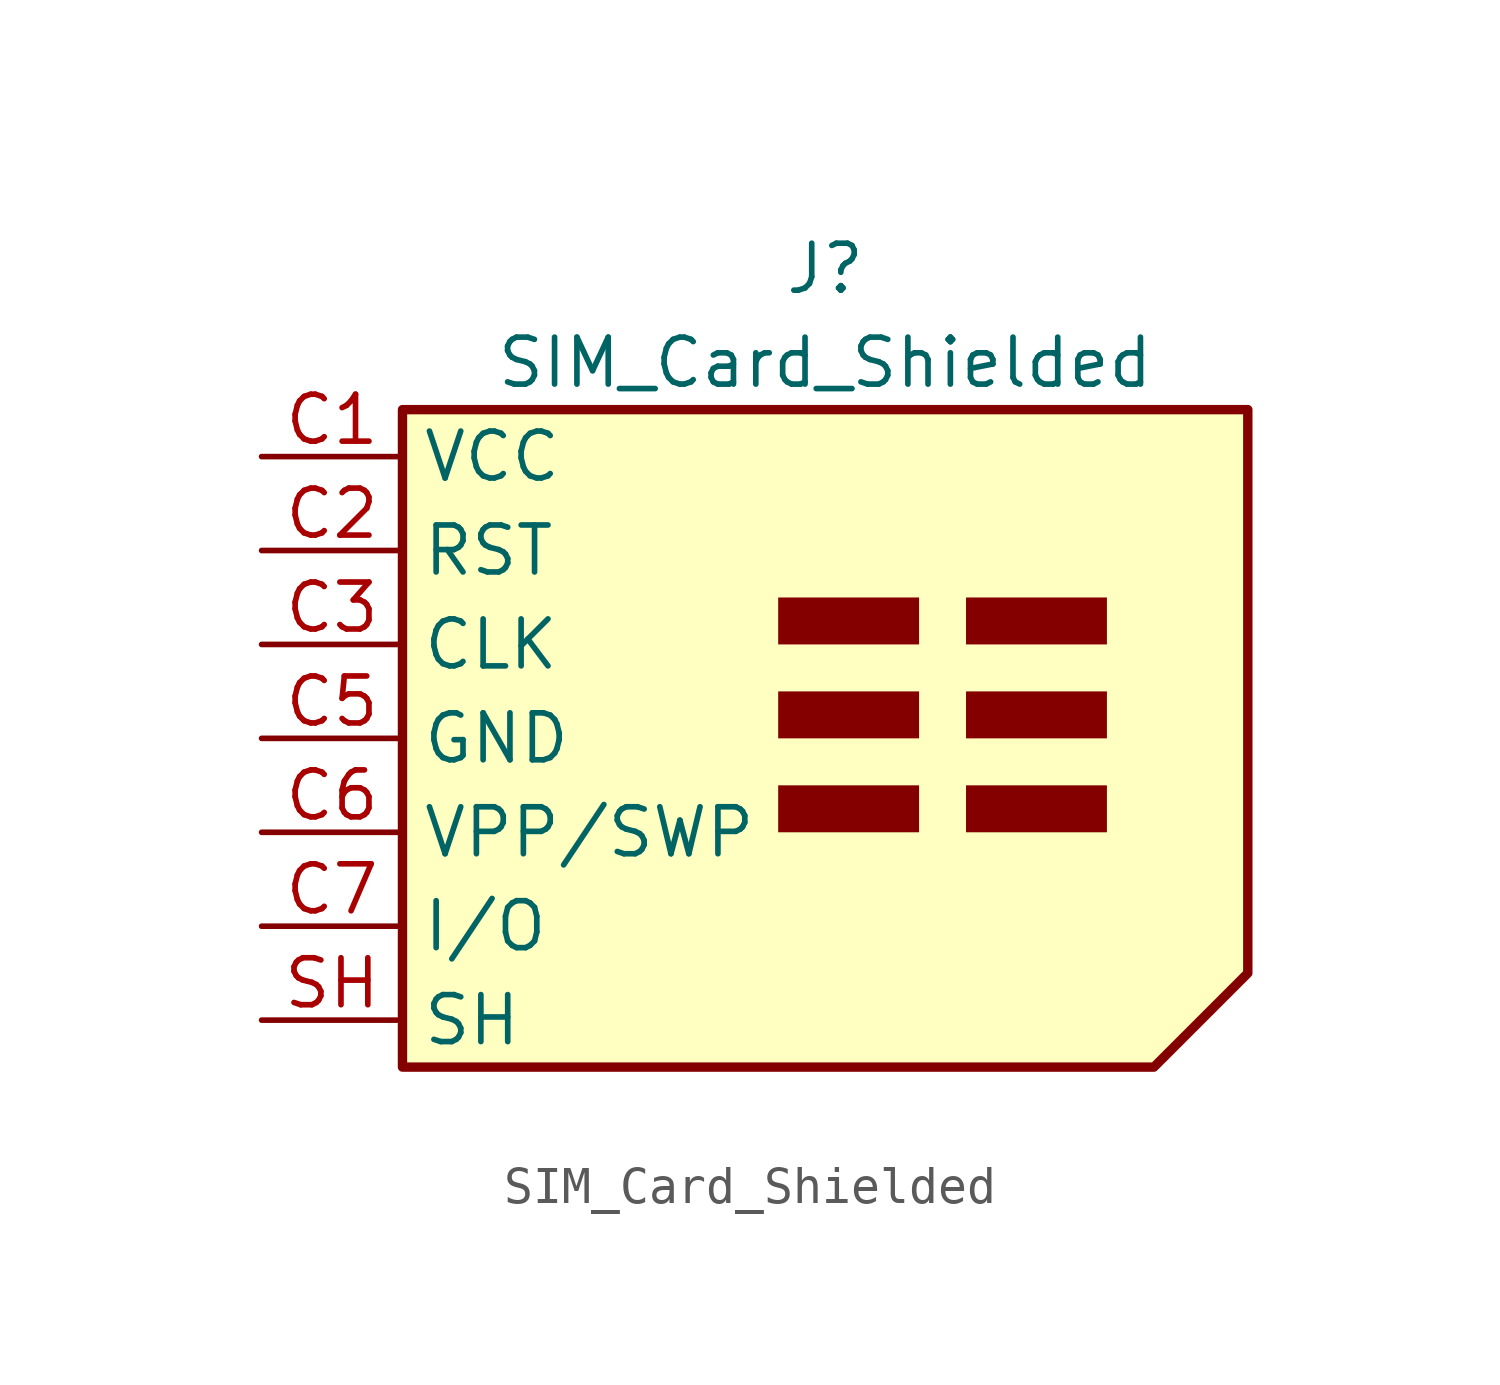
<source format=kicad_sym>
(kicad_symbol_lib
  (version 20231120)
  (generator "kicad_symbol_editor")
  (generator_version "8.0")
  (symbol "SIM_Card_Shielded"
    (property "Reference" "J"
      (at 0 12.7 0)
      (effects (font (size 1.27 1.27))))
    (property "Value" "SIM_Card_Shielded"
      (at 0 10.16 0)
      (effects (font (size 1.27 1.27))))
    (symbol "SIM_Card_Shielded_0_1"
      (polyline (pts (xy -11.43 8.89) (xy -11.43 -8.89) (xy 8.89 -8.89) (xy 11.43 -6.35) (xy 11.43 8.89) (xy -11.43 8.89)) (stroke (width 0.254) (type default)) (fill (type background))))
    (symbol "SIM_Card_Shielded_1_1"
      (rectangle (start -1.27 -1.27) (end 2.54 -2.54) (stroke (width -0.0001) (type default)) (fill (type outline)))
      (rectangle (start -1.27 1.27) (end 2.54 0) (stroke (width -0.0001) (type default)) (fill (type outline)))
      (rectangle (start -1.27 3.81) (end 2.54 2.54) (stroke (width -0.0001) (type default)) (fill (type outline)))
      (rectangle (start 3.81 -1.27) (end 7.62 -2.54) (stroke (width -0.0001) (type default)) (fill (type outline)))
      (rectangle (start 3.81 1.27) (end 7.62 0) (stroke (width -0.0001) (type default)) (fill (type outline)))
      (rectangle (start 3.81 3.81) (end 7.62 2.54) (stroke (width -0.0001) (type default)) (fill (type outline)))
      (pin power_in line (at -15.24 7.62 0) (length 3.81) (name "VCC" (effects (font (size 1.27 1.27)))) (number "C1" (effects (font (size 1.27 1.27)))))
      (pin input line (at -15.24 5.08 0) (length 3.81) (name "RST" (effects (font (size 1.27 1.27)))) (number "C2" (effects (font (size 1.27 1.27)))))
      (pin input line (at -15.24 2.54 0) (length 3.81) (name "CLK" (effects (font (size 1.27 1.27)))) (number "C3" (effects (font (size 1.27 1.27)))))
      (pin power_in line (at -15.24 0 0) (length 3.81) (name "GND" (effects (font (size 1.27 1.27)))) (number "C5" (effects (font (size 1.27 1.27)))))
      (pin input line (at -15.24 -2.54 0) (length 3.81) (name "VPP/SWP" (effects (font (size 1.27 1.27)))) (number "C6" (effects (font (size 1.27 1.27)))))
      (pin bidirectional line (at -15.24 -5.08 0) (length 3.81) (name "I/O" (effects (font (size 1.27 1.27)))) (number "C7" (effects (font (size 1.27 1.27)))))
      (pin passive line (at -15.24 -7.62 0) (length 3.81) (name "SH" (effects (font (size 1.27 1.27)))) (number "SH" (effects (font (size 1.27 1.27))))))))
</source>
